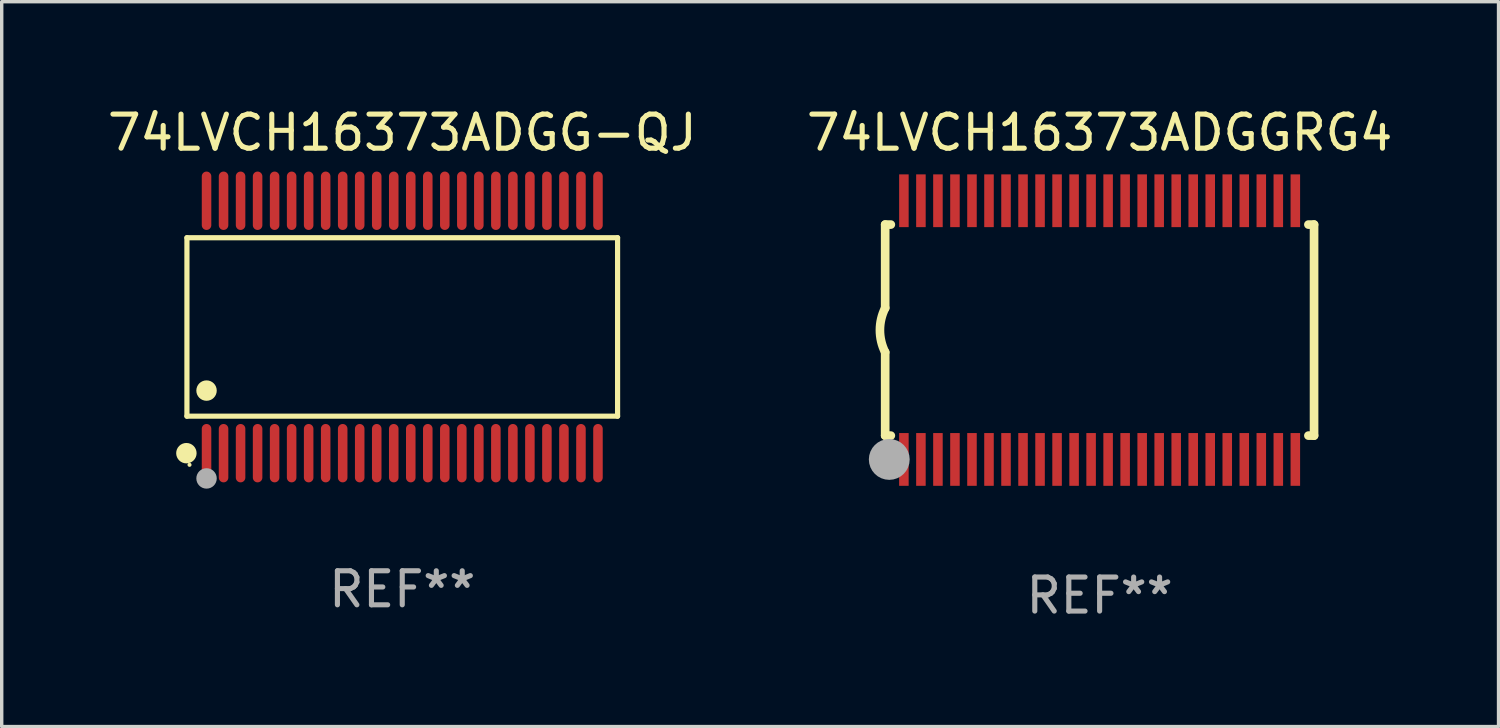
<source format=kicad_pcb>
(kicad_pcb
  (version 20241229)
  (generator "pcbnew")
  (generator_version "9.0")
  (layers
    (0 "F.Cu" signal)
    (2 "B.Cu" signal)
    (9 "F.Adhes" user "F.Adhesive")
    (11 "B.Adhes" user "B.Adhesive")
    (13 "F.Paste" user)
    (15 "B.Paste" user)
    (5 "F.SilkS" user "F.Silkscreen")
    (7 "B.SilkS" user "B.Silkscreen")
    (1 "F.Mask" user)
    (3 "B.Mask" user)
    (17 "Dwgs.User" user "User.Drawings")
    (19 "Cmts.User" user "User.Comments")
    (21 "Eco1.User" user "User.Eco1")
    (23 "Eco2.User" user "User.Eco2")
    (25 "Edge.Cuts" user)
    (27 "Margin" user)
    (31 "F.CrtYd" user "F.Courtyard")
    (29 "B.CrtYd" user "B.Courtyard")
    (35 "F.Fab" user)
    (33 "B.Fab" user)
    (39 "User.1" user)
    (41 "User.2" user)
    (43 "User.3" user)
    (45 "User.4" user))
  (footprint "74LVCH16373ADGGRG4"
    (layer "F.Cu")
    (at 29.256 6.648)
    (property "Reference" "74LVCH16373ADGGRG4" (at 0 -5.8 0) (layer "F.SilkS") (effects (font (size 1 1) (thickness 0.15))))
    (attr through_hole)
    (fp_line (start -6.3 -3.1) (end -6.3 -0.65) (stroke (width 0.254) (type solid)) (layer "F.SilkS"))
    (fp_line (start -6.3 -3.1) (end -6.134 -3.1) (stroke (width 0.254) (type solid)) (layer "F.SilkS"))
    (fp_line (start -6.3 3.1) (end -6.3 0.65) (stroke (width 0.254) (type solid)) (layer "F.SilkS"))
    (fp_line (start -6.3 3.1) (end -6.134 3.1) (stroke (width 0.254) (type solid)) (layer "F.SilkS"))
    (fp_line (start 6.134 -3.1) (end 6.3 -3.1) (stroke (width 0.254) (type solid)) (layer "F.SilkS"))
    (fp_line (start 6.134 3.1) (end 6.3 3.1) (stroke (width 0.254) (type solid)) (layer "F.SilkS"))
    (fp_line (start 6.3 -3.1) (end 6.3 3.1) (stroke (width 0.254) (type solid)) (layer "F.SilkS"))
    (fp_arc (start -6.301016 0.650114) (mid -6.45413 -0.000082) (end -6.3 -0.650038) (stroke (width 0.254001) (type solid)) (layer "F.SilkS"))
    (fp_circle (center -6.35 3.81) (end -6.223 3.81) (stroke (width 0.254) (type solid)) (fill no) (layer "F.SilkS"))
    (fp_circle (center -6.25 4.05) (end -6.22 4.05) (stroke (width 0.06) (type solid)) (fill no) (layer "F.SilkS"))
    (fp_circle (center -6.18 3.8) (end -5.88 3.8) (stroke (width 0.6) (type solid)) (fill no) (layer "F.Fab"))
    (fp_text user "REF**" (at 0 7.8 0) (layer "F.Fab") (effects (font (size 1 1) (thickness 0.15))))
    (pad "1" smd rect (at -5.75 3.8) (size 0.28 1.55) (layers "F.Cu" "F.Mask" "F.Paste"))
    (pad "2" smd rect (at -5.25 3.8) (size 0.28 1.55) (layers "F.Cu" "F.Mask" "F.Paste"))
    (pad "3" smd rect (at -4.75 3.8) (size 0.28 1.55) (layers "F.Cu" "F.Mask" "F.Paste"))
    (pad "4" smd rect (at -4.25 3.8) (size 0.28 1.55) (layers "F.Cu" "F.Mask" "F.Paste"))
    (pad "5" smd rect (at -3.75 3.8) (size 0.28 1.55) (layers "F.Cu" "F.Mask" "F.Paste"))
    (pad "6" smd rect (at -3.25 3.8) (size 0.28 1.55) (layers "F.Cu" "F.Mask" "F.Paste"))
    (pad "7" smd rect (at -2.75 3.8) (size 0.28 1.55) (layers "F.Cu" "F.Mask" "F.Paste"))
    (pad "8" smd rect (at -2.25 3.8) (size 0.28 1.55) (layers "F.Cu" "F.Mask" "F.Paste"))
    (pad "9" smd rect (at -1.75 3.8) (size 0.28 1.55) (layers "F.Cu" "F.Mask" "F.Paste"))
    (pad "10" smd rect (at -1.25 3.8) (size 0.28 1.55) (layers "F.Cu" "F.Mask" "F.Paste"))
    (pad "11" smd rect (at -0.75 3.8) (size 0.28 1.55) (layers "F.Cu" "F.Mask" "F.Paste"))
    (pad "12" smd rect (at -0.25 3.8) (size 0.28 1.55) (layers "F.Cu" "F.Mask" "F.Paste"))
    (pad "13" smd rect (at 0.25 3.8) (size 0.28 1.55) (layers "F.Cu" "F.Mask" "F.Paste"))
    (pad "14" smd rect (at 0.75 3.8) (size 0.28 1.55) (layers "F.Cu" "F.Mask" "F.Paste"))
    (pad "15" smd rect (at 1.25 3.8) (size 0.28 1.55) (layers "F.Cu" "F.Mask" "F.Paste"))
    (pad "16" smd rect (at 1.75 3.8) (size 0.28 1.55) (layers "F.Cu" "F.Mask" "F.Paste"))
    (pad "17" smd rect (at 2.25 3.8) (size 0.28 1.55) (layers "F.Cu" "F.Mask" "F.Paste"))
    (pad "18" smd rect (at 2.75 3.8) (size 0.28 1.55) (layers "F.Cu" "F.Mask" "F.Paste"))
    (pad "19" smd rect (at 3.25 3.8) (size 0.28 1.55) (layers "F.Cu" "F.Mask" "F.Paste"))
    (pad "20" smd rect (at 3.75 3.8) (size 0.28 1.55) (layers "F.Cu" "F.Mask" "F.Paste"))
    (pad "21" smd rect (at 4.25 3.8) (size 0.28 1.55) (layers "F.Cu" "F.Mask" "F.Paste"))
    (pad "22" smd rect (at 4.75 3.8) (size 0.28 1.55) (layers "F.Cu" "F.Mask" "F.Paste"))
    (pad "23" smd rect (at 5.25 3.8) (size 0.28 1.55) (layers "F.Cu" "F.Mask" "F.Paste"))
    (pad "24" smd rect (at 5.75 3.8) (size 0.28 1.55) (layers "F.Cu" "F.Mask" "F.Paste"))
    (pad "25" smd rect (at 5.75 -3.8) (size 0.28 1.55) (layers "F.Cu" "F.Mask" "F.Paste"))
    (pad "26" smd rect (at 5.25 -3.8) (size 0.28 1.55) (layers "F.Cu" "F.Mask" "F.Paste"))
    (pad "27" smd rect (at 4.75 -3.8) (size 0.28 1.55) (layers "F.Cu" "F.Mask" "F.Paste"))
    (pad "28" smd rect (at 4.25 -3.8) (size 0.28 1.55) (layers "F.Cu" "F.Mask" "F.Paste"))
    (pad "29" smd rect (at 3.75 -3.8) (size 0.28 1.55) (layers "F.Cu" "F.Mask" "F.Paste"))
    (pad "30" smd rect (at 3.25 -3.8) (size 0.28 1.55) (layers "F.Cu" "F.Mask" "F.Paste"))
    (pad "31" smd rect (at 2.75 -3.8) (size 0.28 1.55) (layers "F.Cu" "F.Mask" "F.Paste"))
    (pad "32" smd rect (at 2.25 -3.8) (size 0.28 1.55) (layers "F.Cu" "F.Mask" "F.Paste"))
    (pad "33" smd rect (at 1.75 -3.8) (size 0.28 1.55) (layers "F.Cu" "F.Mask" "F.Paste"))
    (pad "34" smd rect (at 1.25 -3.8) (size 0.28 1.55) (layers "F.Cu" "F.Mask" "F.Paste"))
    (pad "35" smd rect (at 0.75 -3.8) (size 0.28 1.55) (layers "F.Cu" "F.Mask" "F.Paste"))
    (pad "36" smd rect (at 0.25 -3.8) (size 0.28 1.55) (layers "F.Cu" "F.Mask" "F.Paste"))
    (pad "37" smd rect (at -0.25 -3.8) (size 0.28 1.55) (layers "F.Cu" "F.Mask" "F.Paste"))
    (pad "38" smd rect (at -0.75 -3.8) (size 0.28 1.55) (layers "F.Cu" "F.Mask" "F.Paste"))
    (pad "39" smd rect (at -1.25 -3.8) (size 0.28 1.55) (layers "F.Cu" "F.Mask" "F.Paste"))
    (pad "40" smd rect (at -1.75 -3.8) (size 0.28 1.55) (layers "F.Cu" "F.Mask" "F.Paste"))
    (pad "41" smd rect (at -2.25 -3.8) (size 0.28 1.55) (layers "F.Cu" "F.Mask" "F.Paste"))
    (pad "42" smd rect (at -2.75 -3.8) (size 0.28 1.55) (layers "F.Cu" "F.Mask" "F.Paste"))
    (pad "43" smd rect (at -3.25 -3.8) (size 0.28 1.55) (layers "F.Cu" "F.Mask" "F.Paste"))
    (pad "44" smd rect (at -3.75 -3.8) (size 0.28 1.55) (layers "F.Cu" "F.Mask" "F.Paste"))
    (pad "45" smd rect (at -4.25 -3.8) (size 0.28 1.55) (layers "F.Cu" "F.Mask" "F.Paste"))
    (pad "46" smd rect (at -4.75 -3.8) (size 0.28 1.55) (layers "F.Cu" "F.Mask" "F.Paste"))
    (pad "47" smd rect (at -5.25 -3.8) (size 0.28 1.55) (layers "F.Cu" "F.Mask" "F.Paste"))
    (pad "48" smd rect (at -5.75 -3.8) (size 0.28 1.55) (layers "F.Cu" "F.Mask" "F.Paste")))
  (footprint "74LVCH16373ADGG-QJ"
    (layer "F.Cu")
    (at 8.768 6.556)
    (property "Reference" "74LVCH16373ADGG-QJ" (at 0 -5.708 0) (layer "F.SilkS") (effects (font (size 1 1) (thickness 0.15))))
    (attr through_hole)
    (fp_line (start -6.326 -2.622) (end 6.326 -2.622) (stroke (width 0.152) (type solid)) (layer "F.SilkS"))
    (fp_line (start -6.326 2.621) (end -6.326 -2.622) (stroke (width 0.152) (type solid)) (layer "F.SilkS"))
    (fp_line (start 6.326 -2.622) (end 6.326 2.621) (stroke (width 0.152) (type solid)) (layer "F.SilkS"))
    (fp_line (start 6.326 2.621) (end -6.326 2.621) (stroke (width 0.152) (type solid)) (layer "F.SilkS"))
    (fp_circle (center -6.342 3.708) (end -6.192 3.708) (stroke (width 0.3) (type solid)) (fill no) (layer "F.SilkS"))
    (fp_circle (center -6.25 4.05) (end -6.22 4.05) (stroke (width 0.06) (type solid)) (fill no) (layer "F.SilkS"))
    (fp_circle (center -5.75 1.869) (end -5.6 1.869) (stroke (width 0.3) (type solid)) (fill no) (layer "F.SilkS"))
    (fp_circle (center -5.75 4.45) (end -5.6 4.45) (stroke (width 0.3) (type solid)) (fill no) (layer "F.Fab"))
    (fp_text user "REF**" (at 0 7.708 0) (layer "F.Fab") (effects (font (size 1 1) (thickness 0.15))))
    (pad "1" smd oval (at -5.75 3.708) (size 0.28 1.715) (layers "F.Cu" "F.Mask" "F.Paste"))
    (pad "2" smd oval (at -5.25 3.708) (size 0.28 1.715) (layers "F.Cu" "F.Mask" "F.Paste"))
    (pad "3" smd oval (at -4.75 3.708) (size 0.28 1.715) (layers "F.Cu" "F.Mask" "F.Paste"))
    (pad "4" smd oval (at -4.25 3.708) (size 0.28 1.715) (layers "F.Cu" "F.Mask" "F.Paste"))
    (pad "5" smd oval (at -3.75 3.708) (size 0.28 1.715) (layers "F.Cu" "F.Mask" "F.Paste"))
    (pad "6" smd oval (at -3.25 3.708) (size 0.28 1.715) (layers "F.Cu" "F.Mask" "F.Paste"))
    (pad "7" smd oval (at -2.75 3.708) (size 0.28 1.715) (layers "F.Cu" "F.Mask" "F.Paste"))
    (pad "8" smd oval (at -2.25 3.708) (size 0.28 1.715) (layers "F.Cu" "F.Mask" "F.Paste"))
    (pad "9" smd oval (at -1.75 3.708) (size 0.28 1.715) (layers "F.Cu" "F.Mask" "F.Paste"))
    (pad "10" smd oval (at -1.25 3.708) (size 0.28 1.715) (layers "F.Cu" "F.Mask" "F.Paste"))
    (pad "11" smd oval (at -0.75 3.708) (size 0.28 1.715) (layers "F.Cu" "F.Mask" "F.Paste"))
    (pad "12" smd oval (at -0.25 3.708) (size 0.28 1.715) (layers "F.Cu" "F.Mask" "F.Paste"))
    (pad "13" smd oval (at 0.25 3.708) (size 0.28 1.715) (layers "F.Cu" "F.Mask" "F.Paste"))
    (pad "14" smd oval (at 0.75 3.708) (size 0.28 1.715) (layers "F.Cu" "F.Mask" "F.Paste"))
    (pad "15" smd oval (at 1.25 3.708) (size 0.28 1.715) (layers "F.Cu" "F.Mask" "F.Paste"))
    (pad "16" smd oval (at 1.75 3.708) (size 0.28 1.715) (layers "F.Cu" "F.Mask" "F.Paste"))
    (pad "17" smd oval (at 2.25 3.708) (size 0.28 1.715) (layers "F.Cu" "F.Mask" "F.Paste"))
    (pad "18" smd oval (at 2.75 3.708) (size 0.28 1.715) (layers "F.Cu" "F.Mask" "F.Paste"))
    (pad "19" smd oval (at 3.25 3.708) (size 0.28 1.715) (layers "F.Cu" "F.Mask" "F.Paste"))
    (pad "20" smd oval (at 3.75 3.708) (size 0.28 1.715) (layers "F.Cu" "F.Mask" "F.Paste"))
    (pad "21" smd oval (at 4.25 3.708) (size 0.28 1.715) (layers "F.Cu" "F.Mask" "F.Paste"))
    (pad "22" smd oval (at 4.75 3.708) (size 0.28 1.715) (layers "F.Cu" "F.Mask" "F.Paste"))
    (pad "23" smd oval (at 5.25 3.708) (size 0.28 1.715) (layers "F.Cu" "F.Mask" "F.Paste"))
    (pad "24" smd oval (at 5.75 3.708) (size 0.28 1.715) (layers "F.Cu" "F.Mask" "F.Paste"))
    (pad "25" smd oval (at 5.75 -3.708) (size 0.28 1.715) (layers "F.Cu" "F.Mask" "F.Paste"))
    (pad "26" smd oval (at 5.25 -3.708) (size 0.28 1.715) (layers "F.Cu" "F.Mask" "F.Paste"))
    (pad "27" smd oval (at 4.75 -3.708) (size 0.28 1.715) (layers "F.Cu" "F.Mask" "F.Paste"))
    (pad "28" smd oval (at 4.25 -3.708) (size 0.28 1.715) (layers "F.Cu" "F.Mask" "F.Paste"))
    (pad "29" smd oval (at 3.75 -3.708) (size 0.28 1.715) (layers "F.Cu" "F.Mask" "F.Paste"))
    (pad "30" smd oval (at 3.25 -3.708) (size 0.28 1.715) (layers "F.Cu" "F.Mask" "F.Paste"))
    (pad "31" smd oval (at 2.75 -3.708) (size 0.28 1.715) (layers "F.Cu" "F.Mask" "F.Paste"))
    (pad "32" smd oval (at 2.25 -3.708) (size 0.28 1.715) (layers "F.Cu" "F.Mask" "F.Paste"))
    (pad "33" smd oval (at 1.75 -3.708) (size 0.28 1.715) (layers "F.Cu" "F.Mask" "F.Paste"))
    (pad "34" smd oval (at 1.25 -3.708) (size 0.28 1.715) (layers "F.Cu" "F.Mask" "F.Paste"))
    (pad "35" smd oval (at 0.75 -3.708) (size 0.28 1.715) (layers "F.Cu" "F.Mask" "F.Paste"))
    (pad "36" smd oval (at 0.25 -3.708) (size 0.28 1.715) (layers "F.Cu" "F.Mask" "F.Paste"))
    (pad "37" smd oval (at -0.25 -3.708) (size 0.28 1.715) (layers "F.Cu" "F.Mask" "F.Paste"))
    (pad "38" smd oval (at -0.75 -3.708) (size 0.28 1.715) (layers "F.Cu" "F.Mask" "F.Paste"))
    (pad "39" smd oval (at -1.25 -3.708) (size 0.28 1.715) (layers "F.Cu" "F.Mask" "F.Paste"))
    (pad "40" smd oval (at -1.75 -3.708) (size 0.28 1.715) (layers "F.Cu" "F.Mask" "F.Paste"))
    (pad "41" smd oval (at -2.25 -3.708) (size 0.28 1.715) (layers "F.Cu" "F.Mask" "F.Paste"))
    (pad "42" smd oval (at -2.75 -3.708) (size 0.28 1.715) (layers "F.Cu" "F.Mask" "F.Paste"))
    (pad "43" smd oval (at -3.25 -3.708) (size 0.28 1.715) (layers "F.Cu" "F.Mask" "F.Paste"))
    (pad "44" smd oval (at -3.75 -3.708) (size 0.28 1.715) (layers "F.Cu" "F.Mask" "F.Paste"))
    (pad "45" smd oval (at -4.25 -3.708) (size 0.28 1.715) (layers "F.Cu" "F.Mask" "F.Paste"))
    (pad "46" smd oval (at -4.75 -3.708) (size 0.28 1.715) (layers "F.Cu" "F.Mask" "F.Paste"))
    (pad "47" smd oval (at -5.25 -3.708) (size 0.28 1.715) (layers "F.Cu" "F.Mask" "F.Paste"))
    (pad "48" smd oval (at -5.75 -3.708) (size 0.28 1.715) (layers "F.Cu" "F.Mask" "F.Paste")))
  (gr_rect
    (start -3 -3)
    (end 40.976 18.296)
    (stroke (width 0.1) (type default))
    (fill no)
    (layer "Edge.Cuts")))
</source>
